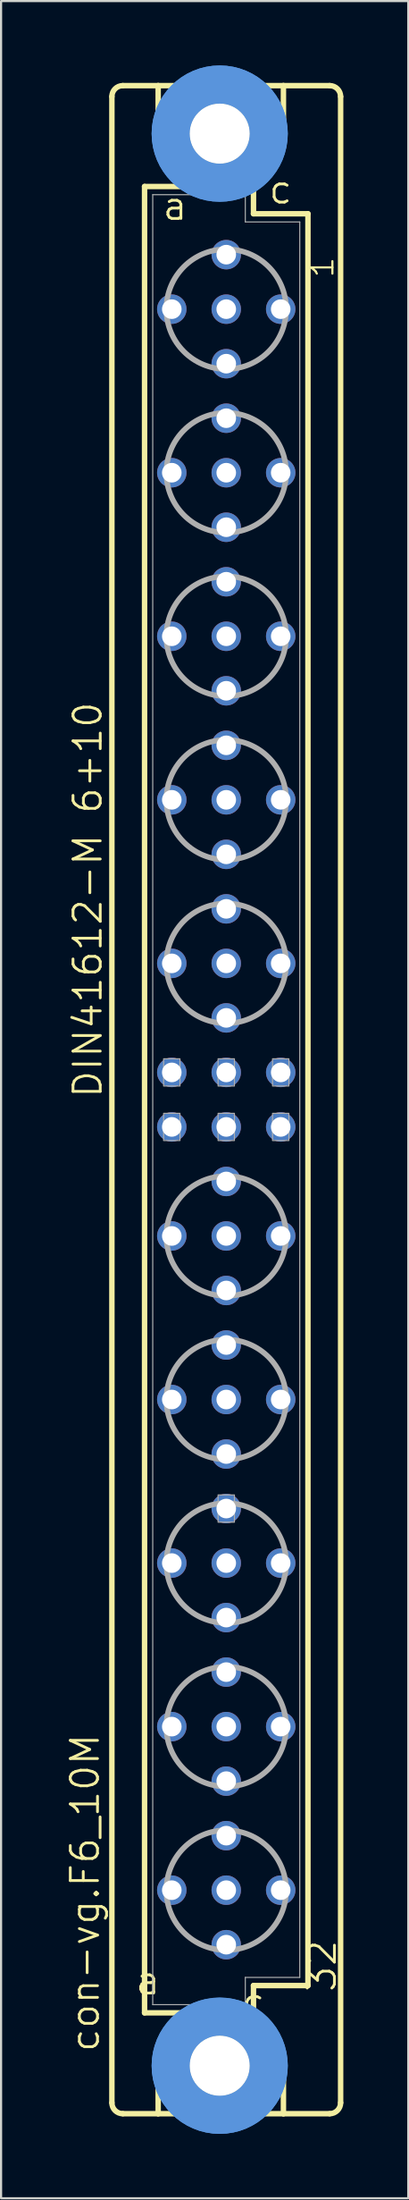
<source format=kicad_pcb>
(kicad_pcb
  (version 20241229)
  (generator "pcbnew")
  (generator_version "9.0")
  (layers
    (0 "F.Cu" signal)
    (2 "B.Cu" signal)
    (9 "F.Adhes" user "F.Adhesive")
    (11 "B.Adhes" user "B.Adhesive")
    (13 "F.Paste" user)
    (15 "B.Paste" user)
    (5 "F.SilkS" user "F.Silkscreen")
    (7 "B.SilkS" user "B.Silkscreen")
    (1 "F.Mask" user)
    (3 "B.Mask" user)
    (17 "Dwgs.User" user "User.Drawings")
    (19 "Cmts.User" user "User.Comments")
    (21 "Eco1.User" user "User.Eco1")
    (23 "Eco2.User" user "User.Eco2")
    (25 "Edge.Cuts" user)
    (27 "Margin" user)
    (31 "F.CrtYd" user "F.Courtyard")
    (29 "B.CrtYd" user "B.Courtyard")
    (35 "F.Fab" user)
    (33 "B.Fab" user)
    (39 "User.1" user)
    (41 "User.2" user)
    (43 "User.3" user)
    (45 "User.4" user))
  (footprint "con-vg.F6_10M"
    (layer "F.Cu")
    (at 7.502 48.184)
    (property "Reference" "con-vg.F6_10M" (at -5.842 44.45 90) (layer "F.SilkS") (effects (font (size 1.27 1.27) (thickness 0.13)) (justify left bottom)))
    (attr through_hole)
    (fp_line (start -5.334 46.736) (end -5.334 -46.736) (stroke (width 0.254) (type default)) (layer "F.SilkS"))
    (fp_line (start -4.826 -47.244) (end -3.175 -47.244) (stroke (width 0.254) (type default)) (layer "F.SilkS"))
    (fp_line (start -4.826 47.244) (end -3.175 47.244) (stroke (width 0.254) (type default)) (layer "F.SilkS"))
    (fp_line (start -3.81 -42.545) (end -3.81 42.545) (stroke (width 0.254) (type default)) (layer "F.SilkS"))
    (fp_line (start -3.81 42.545) (end -1.651 42.545) (stroke (width 0.254) (type default)) (layer "F.SilkS"))
    (fp_line (start -3.175 -47.244) (end -3.175 -44.45) (stroke (width 0.254) (type default)) (layer "F.SilkS"))
    (fp_line (start -3.175 47.244) (end -3.175 44.45) (stroke (width 0.254) (type default)) (layer "F.SilkS"))
    (fp_line (start -3.175 47.244) (end 2.667 47.244) (stroke (width 0.254) (type default)) (layer "F.SilkS"))
    (fp_line (start -1.651 -42.545) (end -3.81 -42.545) (stroke (width 0.254) (type default)) (layer "F.SilkS"))
    (fp_line (start -1.651 -42.545) (end -3.175 -44.45) (stroke (width 0.254) (type default)) (layer "F.SilkS"))
    (fp_line (start -1.651 42.545) (end -3.175 44.45) (stroke (width 0.254) (type default)) (layer "F.SilkS"))
    (fp_line (start -1.651 42.545) (end 1.143 42.545) (stroke (width 0.254) (type default)) (layer "F.SilkS"))
    (fp_line (start 1.143 -42.545) (end -1.651 -42.545) (stroke (width 0.254) (type default)) (layer "F.SilkS"))
    (fp_line (start 1.143 -42.545) (end 2.667 -44.45) (stroke (width 0.254) (type default)) (layer "F.SilkS"))
    (fp_line (start 1.143 42.545) (end 1.27 42.545) (stroke (width 0.254) (type default)) (layer "F.SilkS"))
    (fp_line (start 1.143 42.545) (end 2.667 44.45) (stroke (width 0.254) (type default)) (layer "F.SilkS"))
    (fp_line (start 1.27 -42.545) (end 1.143 -42.545) (stroke (width 0.254) (type default)) (layer "F.SilkS"))
    (fp_line (start 1.27 -41.275) (end 1.27 -42.545) (stroke (width 0.254) (type default)) (layer "F.SilkS"))
    (fp_line (start 1.27 41.275) (end 3.81 41.275) (stroke (width 0.254) (type default)) (layer "F.SilkS"))
    (fp_line (start 1.27 42.545) (end 1.27 41.275) (stroke (width 0.254) (type default)) (layer "F.SilkS"))
    (fp_line (start 2.667 -47.244) (end -3.175 -47.244) (stroke (width 0.254) (type default)) (layer "F.SilkS"))
    (fp_line (start 2.667 -47.244) (end 2.667 -44.45) (stroke (width 0.254) (type default)) (layer "F.SilkS"))
    (fp_line (start 2.667 47.244) (end 2.667 44.45) (stroke (width 0.254) (type default)) (layer "F.SilkS"))
    (fp_line (start 2.667 47.244) (end 4.826 47.244) (stroke (width 0.254) (type default)) (layer "F.SilkS"))
    (fp_line (start 3.81 -41.275) (end 1.27 -41.275) (stroke (width 0.254) (type default)) (layer "F.SilkS"))
    (fp_line (start 3.81 41.275) (end 3.81 -41.275) (stroke (width 0.254) (type default)) (layer "F.SilkS"))
    (fp_line (start 4.826 -47.244) (end 2.667 -47.244) (stroke (width 0.254) (type default)) (layer "F.SilkS"))
    (fp_line (start 5.334 46.736) (end 5.334 -46.736) (stroke (width 0.254) (type default)) (layer "F.SilkS"))
    (fp_arc (start -5.334 -46.736) (mid -5.18521 -47.09521) (end -4.826 -47.244) (stroke (width 0.254) (type default)) (layer "F.SilkS"))
    (fp_arc (start -4.826 47.244) (mid -5.18521 47.09521) (end -5.334 46.736) (stroke (width 0.254) (type default)) (layer "F.SilkS"))
    (fp_arc (start 4.826 -47.244) (mid 5.18521 -47.09521) (end 5.334 -46.736) (stroke (width 0.254) (type default)) (layer "F.SilkS"))
    (fp_arc (start 5.334 46.736) (mid 5.18521 47.09521) (end 4.826 47.244) (stroke (width 0.254) (type default)) (layer "F.SilkS"))
    (fp_circle (center -0.305 -45.009) (end 0.965 -45.009) (stroke (width 0.254) (type default)) (fill no) (layer "F.SilkS"))
    (fp_circle (center -0.305 45.009) (end 0.965 45.009) (stroke (width 0.254) (type default)) (fill no) (layer "F.SilkS"))
    (fp_circle (center -0.305 -45.009) (end 1.981 -45.009) (stroke (width 1.778) (type default)) (fill no) (layer "Cmts.User"))
    (fp_circle (center -0.305 -45.009) (end 1.981 -45.009) (stroke (width 1.778) (type default)) (fill no) (layer "Cmts.User"))
    (fp_circle (center -0.305 45.009) (end 1.981 45.009) (stroke (width 1.778) (type default)) (fill no) (layer "Cmts.User"))
    (fp_circle (center -0.305 45.009) (end 1.981 45.009) (stroke (width 1.778) (type default)) (fill no) (layer "Cmts.User"))
    (fp_line (start -3.429 -42.164) (end -3.429 42.164) (stroke (width 0.051) (type default)) (layer "F.Fab"))
    (fp_line (start -3.429 -42.164) (end 0.889 -42.164) (stroke (width 0.051) (type default)) (layer "F.Fab"))
    (fp_line (start -3.429 42.164) (end 0.889 42.164) (stroke (width 0.051) (type default)) (layer "F.Fab"))
    (fp_line (start 0.889 -42.164) (end 0.889 -40.894) (stroke (width 0.051) (type default)) (layer "F.Fab"))
    (fp_line (start 0.889 -40.894) (end 3.429 -40.894) (stroke (width 0.051) (type default)) (layer "F.Fab"))
    (fp_line (start 0.889 40.894) (end 3.429 40.894) (stroke (width 0.051) (type default)) (layer "F.Fab"))
    (fp_line (start 0.889 42.164) (end 0.889 40.894) (stroke (width 0.051) (type default)) (layer "F.Fab"))
    (fp_line (start 3.429 -40.894) (end 3.429 40.894) (stroke (width 0.051) (type default)) (layer "F.Fab"))
    (fp_rect (start -2.921 -0.635) (end -2.159 -1.905) (stroke (width 0.05) (type default)) (fill no) (layer "F.Fab"))
    (fp_rect (start -2.921 1.905) (end -2.159 0.635) (stroke (width 0.05) (type default)) (fill no) (layer "F.Fab"))
    (fp_rect (start -0.381 -0.635) (end 0.381 -1.905) (stroke (width 0.05) (type default)) (fill no) (layer "F.Fab"))
    (fp_rect (start -0.381 1.905) (end 0.381 0.635) (stroke (width 0.05) (type default)) (fill no) (layer "F.Fab"))
    (fp_rect (start -0.381 19.685) (end 0.381 18.415) (stroke (width 0.05) (type default)) (fill no) (layer "F.Fab"))
    (fp_rect (start 2.159 -0.635) (end 2.921 -1.905) (stroke (width 0.05) (type default)) (fill no) (layer "F.Fab"))
    (fp_rect (start 2.159 1.905) (end 2.921 0.635) (stroke (width 0.05) (type default)) (fill no) (layer "F.Fab"))
    (fp_circle (center 0 -36.83) (end 2.794 -36.83) (stroke (width 0.254) (type default)) (fill no) (layer "F.Fab"))
    (fp_circle (center 0 -29.21) (end 2.794 -29.21) (stroke (width 0.254) (type default)) (fill no) (layer "F.Fab"))
    (fp_circle (center 0 -21.59) (end 2.794 -21.59) (stroke (width 0.254) (type default)) (fill no) (layer "F.Fab"))
    (fp_circle (center 0 -13.97) (end 2.794 -13.97) (stroke (width 0.254) (type default)) (fill no) (layer "F.Fab"))
    (fp_circle (center 0 -6.35) (end 2.794 -6.35) (stroke (width 0.254) (type default)) (fill no) (layer "F.Fab"))
    (fp_circle (center 0 6.35) (end 2.794 6.35) (stroke (width 0.254) (type default)) (fill no) (layer "F.Fab"))
    (fp_circle (center 0 13.97) (end 2.794 13.97) (stroke (width 0.254) (type default)) (fill no) (layer "F.Fab"))
    (fp_circle (center 0 21.59) (end 2.794 21.59) (stroke (width 0.254) (type default)) (fill no) (layer "F.Fab"))
    (fp_circle (center 0 29.21) (end 2.794 29.21) (stroke (width 0.254) (type default)) (fill no) (layer "F.Fab"))
    (fp_circle (center 0 36.83) (end 2.794 36.83) (stroke (width 0.254) (type default)) (fill no) (layer "F.Fab"))
    (fp_text user "c " (at 0.635 42.799 0) (layer "F.SilkS") (effects (font (size 1.27 1.27) (thickness 0.13)) (justify left bottom)))
    (fp_text user "DIN41612-M 6+10" (at -5.715 0 90) (layer "F.SilkS") (effects (font (size 1.27 1.27) (thickness 0.13)) (justify left bottom)))
    (fp_text user "a " (at -4.318 41.783 0) (layer "F.SilkS") (effects (font (size 1.27 1.27) (thickness 0.13)) (justify left bottom)))
    (fp_text user "c" (at 1.905 -41.656 0) (layer "F.SilkS") (effects (font (size 1.27 1.27) (thickness 0.13)) (justify left bottom)))
    (fp_text user "a" (at -3.048 -40.894 0) (layer "F.SilkS") (effects (font (size 1.27 1.27) (thickness 0.13)) (justify left bottom)))
    (fp_text user "1 " (at 5.08 -38.227 90) (layer "F.SilkS") (effects (font (size 1.016 1.016) (thickness 0.1)) (justify left bottom)))
    (fp_text user "32 " (at 5.207 41.656 90) (layer "F.SilkS") (effects (font (size 1.27 1.27) (thickness 0.13)) (justify left bottom)))
    (pad "" np_thru_hole circle (at -0.305 -45.009) (size 2.794 2.794) (drill 2.794) (layers "*.Cu" "*.Mask"))
    (pad "" np_thru_hole circle (at -0.305 45.009) (size 2.794 2.794) (drill 2.794) (layers "*.Cu" "*.Mask"))
    (pad "A2" thru_hole circle (at -2.54 -36.83) (size 1.372 1.372) (drill 0.914) (layers "*.Cu" "*.Mask"))
    (pad "A5" thru_hole circle (at -2.54 -29.21) (size 1.372 1.372) (drill 0.914) (layers "*.Cu" "*.Mask"))
    (pad "A8" thru_hole circle (at -2.54 -21.59) (size 1.372 1.372) (drill 0.914) (layers "*.Cu" "*.Mask"))
    (pad "A11" thru_hole circle (at -2.54 -13.97) (size 1.372 1.372) (drill 0.914) (layers "*.Cu" "*.Mask"))
    (pad "A14" thru_hole circle (at -2.54 -6.35) (size 1.372 1.372) (drill 0.914) (layers "*.Cu" "*.Mask"))
    (pad "A16" thru_hole circle (at -2.54 -1.27) (size 1.372 1.372) (drill 0.914) (layers "*.Cu" "*.Mask"))
    (pad "A17" thru_hole circle (at -2.54 1.27) (size 1.372 1.372) (drill 0.914) (layers "*.Cu" "*.Mask"))
    (pad "A19" thru_hole circle (at -2.54 6.35) (size 1.372 1.372) (drill 0.914) (layers "*.Cu" "*.Mask"))
    (pad "A22" thru_hole circle (at -2.54 13.97) (size 1.372 1.372) (drill 0.914) (layers "*.Cu" "*.Mask"))
    (pad "A25" thru_hole circle (at -2.54 21.59) (size 1.372 1.372) (drill 0.914) (layers "*.Cu" "*.Mask"))
    (pad "A28" thru_hole circle (at -2.54 29.21) (size 1.372 1.372) (drill 0.914) (layers "*.Cu" "*.Mask"))
    (pad "A31" thru_hole circle (at -2.54 36.83) (size 1.372 1.372) (drill 0.914) (layers "*.Cu" "*.Mask"))
    (pad "B1" thru_hole circle (at 0 -39.37) (size 1.372 1.372) (drill 0.914) (layers "*.Cu" "*.Mask"))
    (pad "B2" thru_hole circle (at 0 -36.83) (size 1.372 1.372) (drill 0.914) (layers "*.Cu" "*.Mask"))
    (pad "B3" thru_hole circle (at 0 -34.29) (size 1.372 1.372) (drill 0.914) (layers "*.Cu" "*.Mask"))
    (pad "B4" thru_hole circle (at 0 -31.75) (size 1.372 1.372) (drill 0.914) (layers "*.Cu" "*.Mask"))
    (pad "B5" thru_hole circle (at 0 -29.21) (size 1.372 1.372) (drill 0.914) (layers "*.Cu" "*.Mask"))
    (pad "B6" thru_hole circle (at 0 -26.67) (size 1.372 1.372) (drill 0.914) (layers "*.Cu" "*.Mask"))
    (pad "B7" thru_hole circle (at 0 -24.13) (size 1.372 1.372) (drill 0.914) (layers "*.Cu" "*.Mask"))
    (pad "B8" thru_hole circle (at 0 -21.59) (size 1.372 1.372) (drill 0.914) (layers "*.Cu" "*.Mask"))
    (pad "B9" thru_hole circle (at 0 -19.05) (size 1.372 1.372) (drill 0.914) (layers "*.Cu" "*.Mask"))
    (pad "B10" thru_hole circle (at 0 -16.51) (size 1.372 1.372) (drill 0.914) (layers "*.Cu" "*.Mask"))
    (pad "B11" thru_hole circle (at 0 -13.97) (size 1.372 1.372) (drill 0.914) (layers "*.Cu" "*.Mask"))
    (pad "B12" thru_hole circle (at 0 -11.43) (size 1.372 1.372) (drill 0.914) (layers "*.Cu" "*.Mask"))
    (pad "B13" thru_hole circle (at 0 -8.89) (size 1.372 1.372) (drill 0.914) (layers "*.Cu" "*.Mask"))
    (pad "B14" thru_hole circle (at 0 -6.35) (size 1.372 1.372) (drill 0.914) (layers "*.Cu" "*.Mask"))
    (pad "B15" thru_hole circle (at 0 -3.81) (size 1.372 1.372) (drill 0.914) (layers "*.Cu" "*.Mask"))
    (pad "B16" thru_hole circle (at 0 -1.27) (size 1.372 1.372) (drill 0.914) (layers "*.Cu" "*.Mask"))
    (pad "B17" thru_hole circle (at 0 1.27) (size 1.372 1.372) (drill 0.914) (layers "*.Cu" "*.Mask"))
    (pad "B18" thru_hole circle (at 0 3.81) (size 1.372 1.372) (drill 0.914) (layers "*.Cu" "*.Mask"))
    (pad "B19" thru_hole circle (at 0 6.35) (size 1.372 1.372) (drill 0.914) (layers "*.Cu" "*.Mask"))
    (pad "B20" thru_hole circle (at 0 8.89) (size 1.372 1.372) (drill 0.914) (layers "*.Cu" "*.Mask"))
    (pad "B21" thru_hole circle (at 0 11.43) (size 1.372 1.372) (drill 0.914) (layers "*.Cu" "*.Mask"))
    (pad "B22" thru_hole circle (at 0 13.97) (size 1.372 1.372) (drill 0.914) (layers "*.Cu" "*.Mask"))
    (pad "B23" thru_hole circle (at 0 16.51) (size 1.372 1.372) (drill 0.914) (layers "*.Cu" "*.Mask"))
    (pad "B24" thru_hole circle (at 0 19.05) (size 1.372 1.372) (drill 0.914) (layers "*.Cu" "*.Mask"))
    (pad "B25" thru_hole circle (at 0 21.59) (size 1.372 1.372) (drill 0.914) (layers "*.Cu" "*.Mask"))
    (pad "B26" thru_hole circle (at 0 24.13) (size 1.372 1.372) (drill 0.914) (layers "*.Cu" "*.Mask"))
    (pad "B27" thru_hole circle (at 0 26.67) (size 1.372 1.372) (drill 0.914) (layers "*.Cu" "*.Mask"))
    (pad "B28" thru_hole circle (at 0 29.21) (size 1.372 1.372) (drill 0.914) (layers "*.Cu" "*.Mask"))
    (pad "B29" thru_hole circle (at 0 31.75) (size 1.372 1.372) (drill 0.914) (layers "*.Cu" "*.Mask"))
    (pad "B30" thru_hole circle (at 0 34.29) (size 1.372 1.372) (drill 0.914) (layers "*.Cu" "*.Mask"))
    (pad "B31" thru_hole circle (at 0 36.83) (size 1.372 1.372) (drill 0.914) (layers "*.Cu" "*.Mask"))
    (pad "B32" thru_hole circle (at 0 39.37) (size 1.372 1.372) (drill 0.914) (layers "*.Cu" "*.Mask"))
    (pad "C2" thru_hole circle (at 2.54 -36.83) (size 1.372 1.372) (drill 0.914) (layers "*.Cu" "*.Mask"))
    (pad "C5" thru_hole circle (at 2.54 -29.21) (size 1.372 1.372) (drill 0.914) (layers "*.Cu" "*.Mask"))
    (pad "C8" thru_hole circle (at 2.54 -21.59) (size 1.372 1.372) (drill 0.914) (layers "*.Cu" "*.Mask"))
    (pad "C11" thru_hole circle (at 2.54 -13.97) (size 1.372 1.372) (drill 0.914) (layers "*.Cu" "*.Mask"))
    (pad "C14" thru_hole circle (at 2.54 -6.35) (size 1.372 1.372) (drill 0.914) (layers "*.Cu" "*.Mask"))
    (pad "C16" thru_hole circle (at 2.54 -1.27) (size 1.372 1.372) (drill 0.914) (layers "*.Cu" "*.Mask"))
    (pad "C17" thru_hole circle (at 2.54 1.27) (size 1.372 1.372) (drill 0.914) (layers "*.Cu" "*.Mask"))
    (pad "C19" thru_hole circle (at 2.54 6.35) (size 1.372 1.372) (drill 0.914) (layers "*.Cu" "*.Mask"))
    (pad "C22" thru_hole circle (at 2.54 13.97) (size 1.372 1.372) (drill 0.914) (layers "*.Cu" "*.Mask"))
    (pad "C25" thru_hole circle (at 2.54 21.59) (size 1.372 1.372) (drill 0.914) (layers "*.Cu" "*.Mask"))
    (pad "C28" thru_hole circle (at 2.54 29.21) (size 1.372 1.372) (drill 0.914) (layers "*.Cu" "*.Mask"))
    (pad "C31" thru_hole circle (at 2.54 36.83) (size 1.372 1.372) (drill 0.914) (layers "*.Cu" "*.Mask")))
  (gr_rect
    (start -3 -3)
    (end 15.991 99.368)
    (stroke (width 0.1) (type default))
    (fill no)
    (layer "Edge.Cuts")))
</source>
